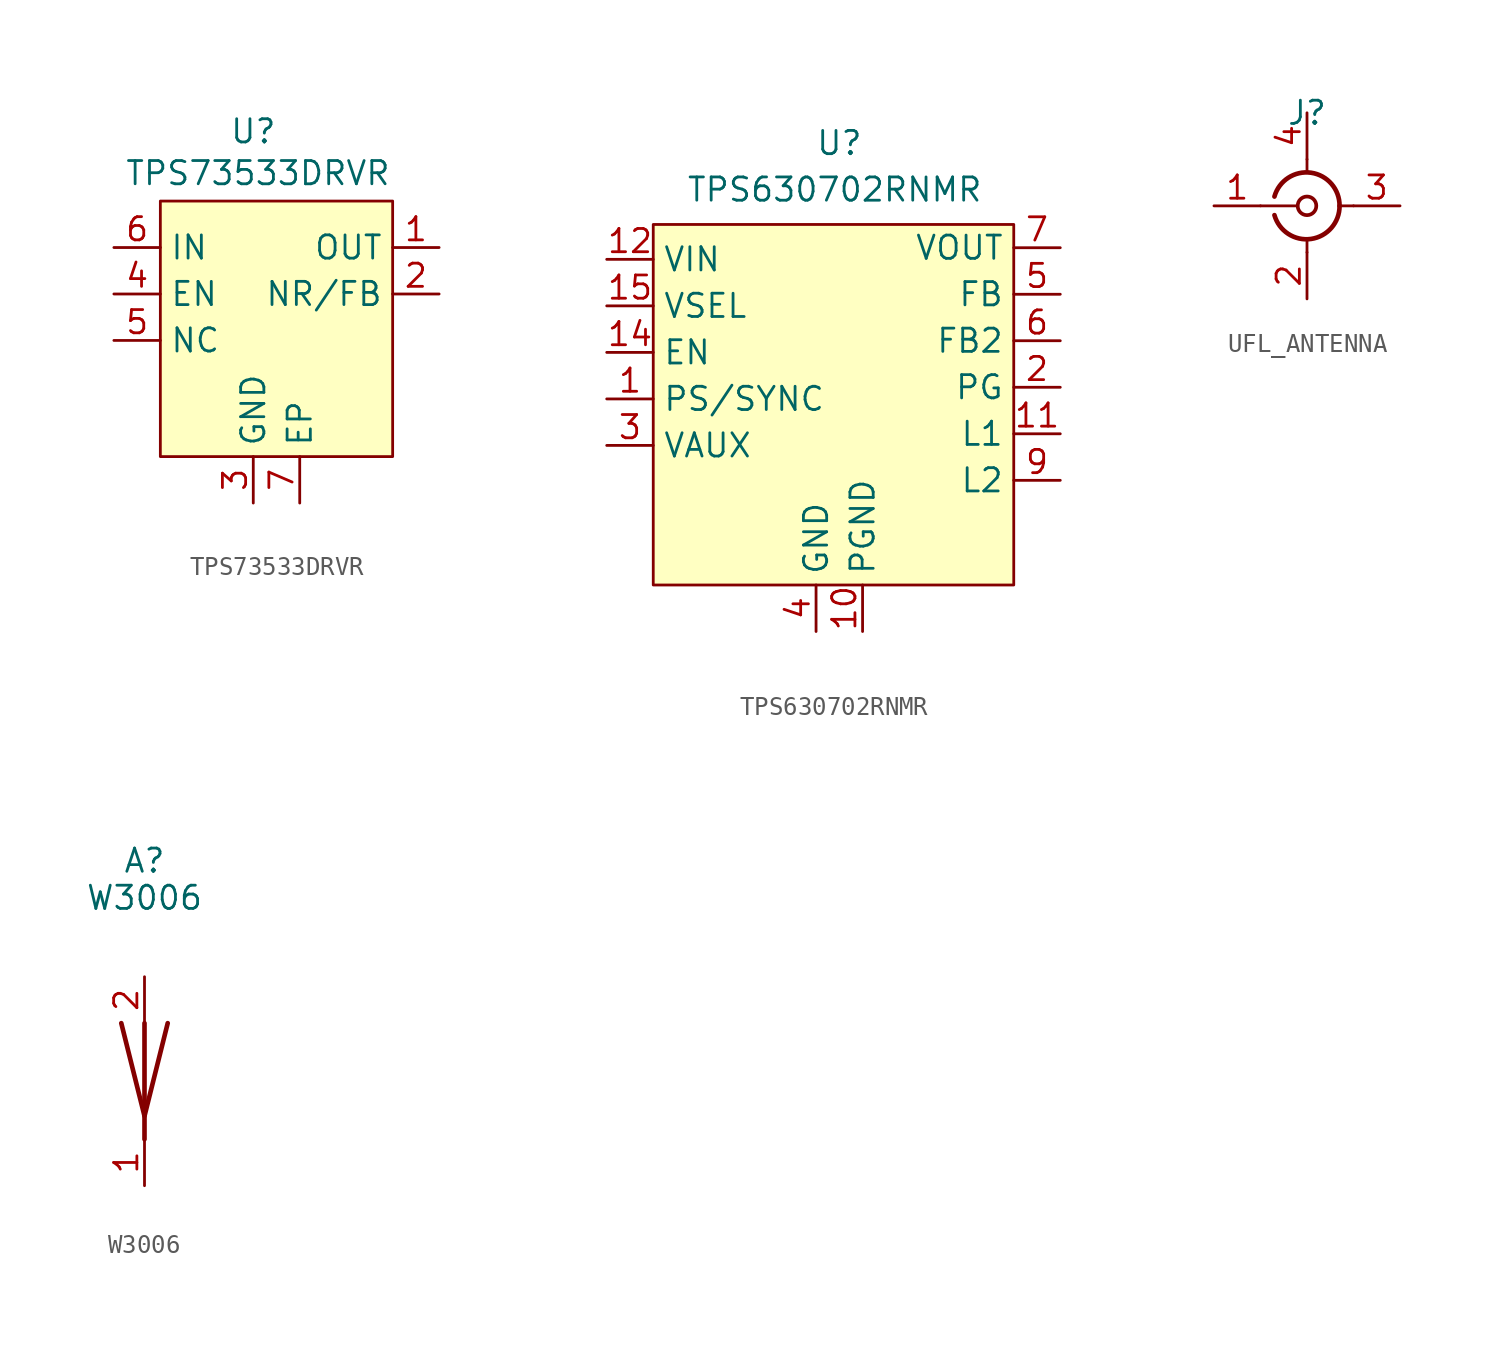
<source format=kicad_sym>
(kicad_symbol_lib
  (version 20241209)
  (generator "kicad_symbol_editor")
  (generator_version "9.0")
  (symbol "TPS73533DRVR"
    (property "Reference" "U"
      (at 0 0 0)
      (effects (font (size 1.27 1.27))))
    (property "Value" "TPS73533DRVR"
      (at 0.254 -2.286 0)
      (effects (font (size 1.27 1.27))))
    (symbol "TPS73533DRVR_0_0"
      (pin passive line (at -7.62 -6.35 0) (length 2.54) (name "IN" (effects (font (size 1.27 1.27)))) (number "6" (effects (font (size 1.27 1.27)))))
      (pin passive line (at -7.62 -8.89 0) (length 2.54) (name "EN" (effects (font (size 1.27 1.27)))) (number "4" (effects (font (size 1.27 1.27)))))
      (pin passive line (at -7.62 -11.43 0) (length 2.54) (name "NC" (effects (font (size 1.27 1.27)))) (number "5" (effects (font (size 1.27 1.27)))))
      (pin passive line (at 0 -20.32 90) (length 2.54) (name "GND" (effects (font (size 1.27 1.27)))) (number "3" (effects (font (size 1.27 1.27)))))
      (pin passive line (at 2.54 -20.32 90) (length 2.54) (name "EP" (effects (font (size 1.27 1.27)))) (number "7" (effects (font (size 1.27 1.27)))))
      (pin passive line (at 10.16 -6.35 180) (length 2.54) (name "OUT" (effects (font (size 1.27 1.27)))) (number "1" (effects (font (size 1.27 1.27)))))
      (pin passive line (at 10.16 -8.89 180) (length 2.54) (name "NR/FB" (effects (font (size 1.27 1.27)))) (number "2" (effects (font (size 1.27 1.27))))))
    (symbol "TPS73533DRVR_1_1"
      (rectangle (start -5.08 -3.81) (end 7.62 -17.78) (stroke (width 0) (type solid)) (fill (type background)))))
  (symbol "TPS630702RNMR"
    (property "Reference" "U"
      (at 0 0 0)
      (effects (font (size 1.27 1.27))))
    (property "Value" "TPS630702RNMR"
      (at -0.254 -2.54 0)
      (effects (font (size 1.27 1.27))))
    (symbol "TPS630702RNMR_0_0"
      (pin passive line (at -12.7 -6.35 0) (length 2.54) (name "VIN" (effects (font (size 1.27 1.27)))) (number "12" (effects (font (size 1.27 1.27)))))
      (pin passive line (at -12.7 -8.89 0) (length 2.54) (name "VSEL" (effects (font (size 1.27 1.27)))) (number "15" (effects (font (size 1.27 1.27)))))
      (pin passive line (at -12.7 -11.43 0) (length 2.54) (name "EN" (effects (font (size 1.27 1.27)))) (number "14" (effects (font (size 1.27 1.27)))))
      (pin passive line (at -12.7 -13.97 0) (length 2.54) (name "PS/SYNC" (effects (font (size 1.27 1.27)))) (number "1" (effects (font (size 1.27 1.27)))))
      (pin passive line (at -12.7 -16.51 0) (length 2.54) (name "VAUX" (effects (font (size 1.27 1.27)))) (number "3" (effects (font (size 1.27 1.27)))))
      (pin passive line (at -1.27 -26.67 90) (length 2.54) (name "GND" (effects (font (size 1.27 1.27)))) (number "4" (effects (font (size 1.27 1.27)))))
      (pin passive line (at 1.27 -26.67 90) (length 2.54) (name "PGND" (effects (font (size 1.27 1.27)))) (number "10" (effects (font (size 1.27 1.27)))))
      (pin passive line (at 12.065 -5.715 180) (length 2.54) (name "VOUT" (effects (font (size 1.27 1.27)))) (number "7" (effects (font (size 1.27 1.27)))))
      (pin passive line (at 12.065 -8.255 180) (length 2.54) (name "FB" (effects (font (size 1.27 1.27)))) (number "5" (effects (font (size 1.27 1.27)))))
      (pin passive line (at 12.065 -10.795 180) (length 2.54) (name "FB2" (effects (font (size 1.27 1.27)))) (number "6" (effects (font (size 1.27 1.27)))))
      (pin passive line (at 12.065 -13.335 180) (length 2.54) (name "PG" (effects (font (size 1.27 1.27)))) (number "2" (effects (font (size 1.27 1.27)))))
      (pin passive line (at 12.065 -15.875 180) (length 2.54) (name "L1" (effects (font (size 1.27 1.27)))) (number "11" (effects (font (size 1.27 1.27)))))
      (pin passive line (at 12.065 -18.415 180) (length 2.54) (name "L2" (effects (font (size 1.27 1.27)))) (number "9" (effects (font (size 1.27 1.27))))))
    (symbol "TPS630702RNMR_1_1"
      (rectangle (start -10.16 -4.445) (end 9.525 -24.13) (stroke (width 0) (type solid)) (fill (type background)))))
  (symbol "UFL_ANTENNA"
    (property "Reference" "J"
      (at 0 0 0)
      (effects (font (size 1.27 1.27))))
    (property "Value" ""
      (at 0 0 0)
      (effects (font (size 1.27 1.27))))
    (symbol "UFL_ANTENNA_0_1"
      (polyline (pts (xy -2.54 -5.08) (xy -0.508 -5.08)) (stroke (width 0) (type default)) (fill (type none)))
      (arc (start 1.778 -5.08) (mid 0.222 -6.8879) (end -1.778 -5.588) (stroke (width 0.254) (type default)) (fill (type none)))
      (arc (start -1.778 -4.572) (mid 0.2221 -3.2716) (end 1.778 -5.08) (stroke (width 0.254) (type default)) (fill (type none)))
      (polyline (pts (xy 0 -2.54) (xy 0 -3.175)) (stroke (width 0) (type default)) (fill (type none)))
      (circle (center 0 -5.08) (radius 0.508) (stroke (width 0.203) (type default)) (fill (type none)))
      (polyline (pts (xy 0 -7.62) (xy 0 -6.858)) (stroke (width 0) (type default)) (fill (type none)))
      (polyline (pts (xy 2.54 -5.08) (xy 1.905 -5.08)) (stroke (width 0) (type default)) (fill (type none))))
    (symbol "UFL_ANTENNA_1_1"
      (pin passive line (at -5.08 -5.08 0) (length 2.54) (name "" (effects (font (size 1.27 1.27)))) (number "1" (effects (font (size 1.27 1.27)))))
      (pin input line (at 0 0 270) (length 2.54) (name "" (effects (font (size 1.27 1.27)))) (number "4" (effects (font (size 1.27 1.27)))))
      (pin passive line (at 0 -10.16 90) (length 2.54) (name "" (effects (font (size 1.27 1.27)))) (number "2" (effects (font (size 1.27 1.27)))))
      (pin passive line (at 5.08 -5.08 180) (length 2.54) (name "" (effects (font (size 1.27 1.27)))) (number "3" (effects (font (size 1.27 1.27)))))))
  (symbol "W3006"
    (property "Reference" "A"
      (at 0 0 0)
      (effects (font (size 1.27 1.27))))
    (property "Value" "W3006"
      (at 0 -2.032 0)
      (effects (font (size 1.27 1.27))))
    (symbol "W3006_0_1"
      (polyline (pts (xy 0 -8.89) (xy 0 -15.24)) (stroke (width 0.254) (type default)) (fill (type none)))
      (polyline (pts (xy 1.27 -8.89) (xy 0 -13.97) (xy -1.27 -8.89)) (stroke (width 0.254) (type default)) (fill (type none))))
    (symbol "W3006_1_1"
      (pin passive line (at 0 -6.35 270) (length 2.54) (name "" (effects (font (size 1.27 1.27)))) (number "2" (effects (font (size 1.27 1.27)))))
      (pin passive line (at 0 -17.78 90) (length 2.54) (name "" (effects (font (size 1.27 1.27)))) (number "1" (effects (font (size 1.27 1.27))))))))
</source>
